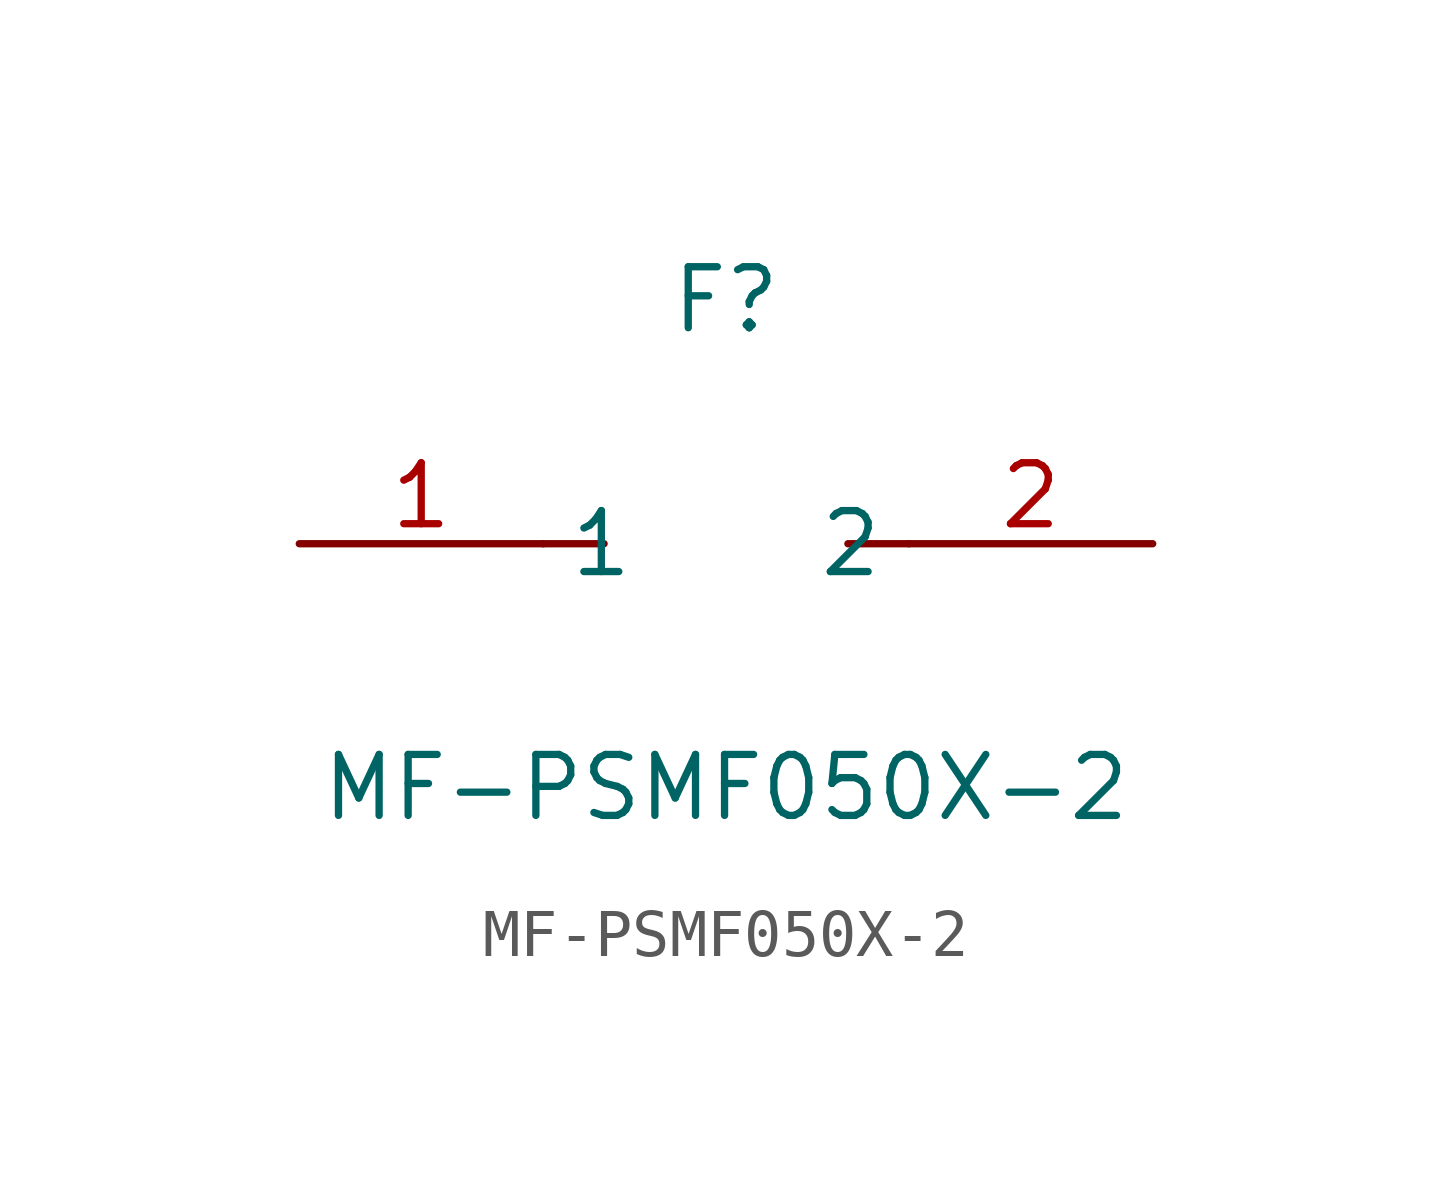
<source format=kicad_sym>
(kicad_symbol_lib
  (version 20231120)
  (generator "kicad_symbol_editor")
  (generator_version "8.0")
  (symbol "MF-PSMF050X-2"
    (property "Reference" "F"
      (at 0 3.81 0)
      (effects (font (size 1.27 1.27))))
    (property "Value" "MF-PSMF050X-2"
      (at 0 -6.35 0)
      (effects (font (size 1.27 1.27))))
    (symbol "MF-PSMF050X-2_0_1"
      (polyline (pts (xy -2.54 -1.27)) (stroke (width 0) (type default)) (fill (type background)))
      (polyline (pts (xy -3.81 -1.27) (xy -2.54 -1.27)) (stroke (width 0) (type default)) (fill (type none)))
      (polyline (pts (xy 2.54 -1.27) (xy 3.81 -1.27)) (stroke (width 0) (type default)) (fill (type none)))
      (pin unspecified line (at -8.89 -1.27 0) (length 5.08) (name "1" (effects (font (size 1.27 1.27)))) (number "1" (effects (font (size 1.27 1.27)))))
      (pin unspecified line (at 8.89 -1.27 180) (length 5.08) (name "2" (effects (font (size 1.27 1.27)))) (number "2" (effects (font (size 1.27 1.27))))))))
</source>
